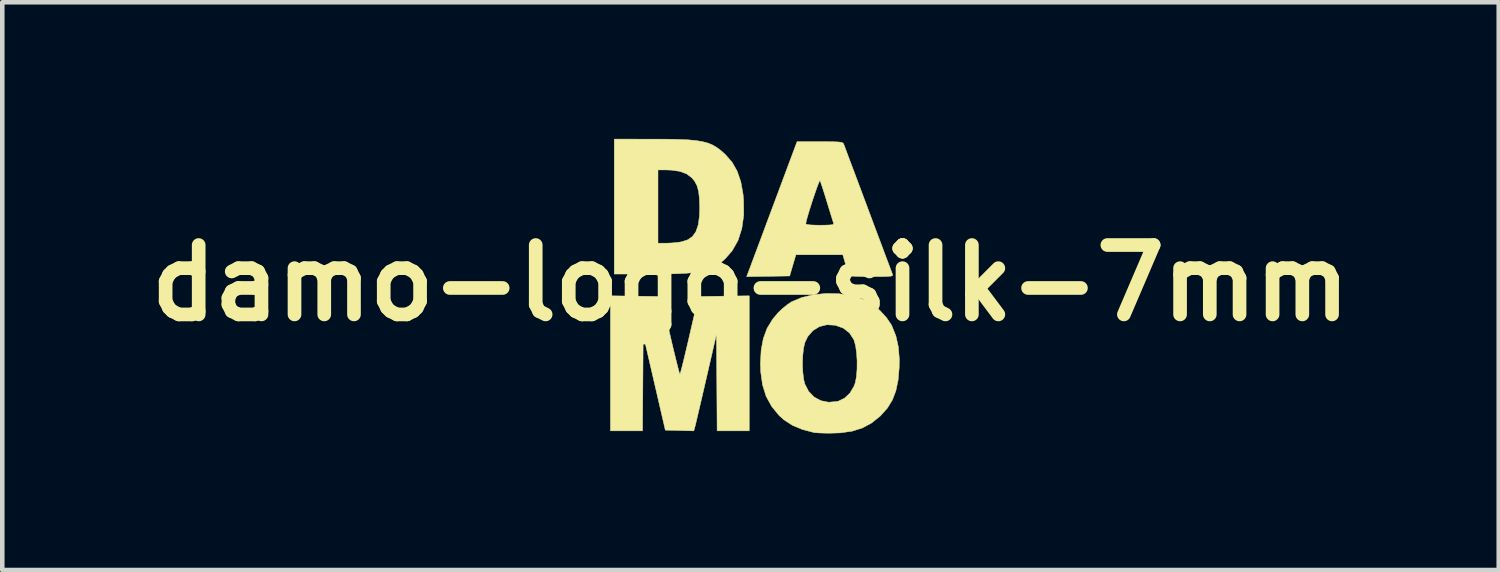
<source format=kicad_pcb>
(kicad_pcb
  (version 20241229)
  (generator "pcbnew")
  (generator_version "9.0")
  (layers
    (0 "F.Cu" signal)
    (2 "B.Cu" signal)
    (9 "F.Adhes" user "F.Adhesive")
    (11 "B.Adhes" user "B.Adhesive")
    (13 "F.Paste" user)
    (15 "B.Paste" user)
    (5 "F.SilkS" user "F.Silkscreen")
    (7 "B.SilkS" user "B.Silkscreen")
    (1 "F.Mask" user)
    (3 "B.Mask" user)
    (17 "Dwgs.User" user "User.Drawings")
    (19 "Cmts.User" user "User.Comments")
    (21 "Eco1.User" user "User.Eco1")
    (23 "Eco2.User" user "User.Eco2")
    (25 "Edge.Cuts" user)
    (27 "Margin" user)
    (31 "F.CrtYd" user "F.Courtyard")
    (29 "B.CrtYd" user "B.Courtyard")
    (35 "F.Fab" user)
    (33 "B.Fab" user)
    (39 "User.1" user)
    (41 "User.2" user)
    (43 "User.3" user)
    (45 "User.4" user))
  (footprint "damo-logo-silk-7mm"
    (layer "F.Cu")
    (at 13.433 3.166)
    (property "Reference" "damo-logo-silk-7mm" (at 0 0 0) (layer "F.SilkS") (effects (font (size 1.524 1.524) (thickness 0.3))))
    (attr through_hole)
    (fp_poly (pts (xy -0.028 3.246) (xy -0.733 3.246) (xy -0.74 2.186) (xy -0.748 1.126) (xy -0.971 2.094) (xy -1.024 2.324) (xy -1.074 2.539) (xy -1.119 2.733) (xy -1.158 2.899) (xy -1.189 3.03) (xy -1.21 3.119) (xy -1.22 3.155) (xy -1.245 3.247) (xy -1.558 3.239) (xy -1.871 3.231) (xy -2.114 2.181) (xy -2.357 1.13) (xy -2.364 2.188) (xy -2.371 3.246) (xy -3.076 3.246) (xy -3.076 0.281) (xy -1.963 0.296) (xy -1.765 1.15) (xy -1.716 1.361) (xy -1.67 1.552) (xy -1.629 1.718) (xy -1.595 1.852) (xy -1.57 1.948) (xy -1.554 1.998) (xy -1.551 2.004) (xy -1.541 1.977) (xy -1.52 1.902) (xy -1.49 1.786) (xy -1.453 1.634) (xy -1.41 1.453) (xy -1.362 1.251) (xy -1.339 1.15) (xy -1.142 0.296) (xy -0.028 0.281) (xy -0.028 3.246)) (stroke (width 0.01) (type solid)) (fill yes) (layer "F.SilkS"))
    (fp_poly (pts (xy -2.138 -3.16) (xy -1.835 -3.159) (xy -1.581 -3.154) (xy -1.371 -3.145) (xy -1.197 -3.129) (xy -1.054 -3.105) (xy -0.933 -3.073) (xy -0.83 -3.03) (xy -0.737 -2.975) (xy -0.647 -2.907) (xy -0.555 -2.824) (xy -0.55 -2.82) (xy -0.403 -2.651) (xy -0.292 -2.455) (xy -0.213 -2.224) (xy -0.164 -1.953) (xy -0.152 -1.819) (xy -0.149 -1.49) (xy -0.191 -1.195) (xy -0.275 -0.933) (xy -0.404 -0.707) (xy -0.55 -0.539) (xy -0.644 -0.455) (xy -0.738 -0.386) (xy -0.838 -0.331) (xy -0.95 -0.287) (xy -1.081 -0.254) (xy -1.237 -0.23) (xy -1.425 -0.214) (xy -1.652 -0.204) (xy -1.924 -0.199) (xy -2.166 -0.198) (xy -2.992 -0.198) (xy -2.992 -2.484) (xy -2.032 -2.484) (xy -2.032 -0.875) (xy -1.852 -0.875) (xy -1.725 -0.88) (xy -1.593 -0.893) (xy -1.522 -0.904) (xy -1.383 -0.947) (xy -1.276 -1.021) (xy -1.198 -1.13) (xy -1.147 -1.28) (xy -1.121 -1.474) (xy -1.116 -1.651) (xy -1.122 -1.854) (xy -1.14 -2.013) (xy -1.174 -2.136) (xy -1.226 -2.236) (xy -1.294 -2.316) (xy -1.406 -2.399) (xy -1.552 -2.453) (xy -1.738 -2.48) (xy -1.864 -2.484) (xy -2.032 -2.484) (xy -2.992 -2.484) (xy -2.992 -3.161) (xy -2.138 -3.16)) (stroke (width 0.01) (type solid)) (fill yes) (layer "F.SilkS"))
    (fp_poly (pts (xy 1.942 0.235) (xy 2.214 0.276) (xy 2.464 0.351) (xy 2.529 0.379) (xy 2.685 0.472) (xy 2.842 0.603) (xy 2.982 0.755) (xy 3.089 0.912) (xy 3.105 0.943) (xy 3.193 1.162) (xy 3.246 1.398) (xy 3.268 1.661) (xy 3.265 1.863) (xy 3.241 2.137) (xy 3.192 2.369) (xy 3.116 2.567) (xy 3.009 2.743) (xy 2.865 2.905) (xy 2.844 2.926) (xy 2.659 3.074) (xy 2.457 3.183) (xy 2.23 3.254) (xy 1.97 3.291) (xy 1.736 3.298) (xy 1.609 3.296) (xy 1.499 3.292) (xy 1.422 3.287) (xy 1.397 3.284) (xy 1.136 3.215) (xy 0.919 3.124) (xy 0.737 3.006) (xy 0.627 2.908) (xy 0.464 2.709) (xy 0.343 2.487) (xy 0.264 2.235) (xy 0.224 1.948) (xy 0.219 1.783) (xy 1.141 1.783) (xy 1.149 1.962) (xy 1.169 2.121) (xy 1.193 2.218) (xy 1.277 2.38) (xy 1.397 2.504) (xy 1.546 2.584) (xy 1.716 2.618) (xy 1.901 2.601) (xy 1.933 2.593) (xy 2.067 2.528) (xy 2.183 2.418) (xy 2.27 2.273) (xy 2.301 2.19) (xy 2.327 2.055) (xy 2.34 1.889) (xy 2.341 1.709) (xy 2.33 1.532) (xy 2.307 1.374) (xy 2.273 1.253) (xy 2.267 1.239) (xy 2.173 1.095) (xy 2.039 0.991) (xy 1.868 0.929) (xy 1.859 0.927) (xy 1.679 0.916) (xy 1.513 0.957) (xy 1.37 1.045) (xy 1.257 1.176) (xy 1.194 1.307) (xy 1.164 1.436) (xy 1.147 1.601) (xy 1.141 1.783) (xy 0.219 1.783) (xy 0.218 1.764) (xy 0.234 1.471) (xy 0.282 1.218) (xy 0.364 0.995) (xy 0.485 0.796) (xy 0.61 0.648) (xy 0.706 0.557) (xy 0.811 0.473) (xy 0.901 0.413) (xy 1.127 0.318) (xy 1.384 0.257) (xy 1.661 0.229) (xy 1.942 0.235)) (stroke (width 0.01) (type solid)) (fill yes) (layer "F.SilkS"))
    (fp_poly (pts (xy 1.705 -3.104) (xy 1.838 -3.102) (xy 1.929 -3.098) (xy 1.989 -3.091) (xy 2.023 -3.08) (xy 2.04 -3.065) (xy 2.045 -3.055) (xy 2.059 -3.02) (xy 2.09 -2.937) (xy 2.137 -2.811) (xy 2.198 -2.648) (xy 2.272 -2.452) (xy 2.355 -2.23) (xy 2.447 -1.985) (xy 2.545 -1.723) (xy 2.582 -1.623) (xy 2.682 -1.356) (xy 2.776 -1.104) (xy 2.863 -0.873) (xy 2.94 -0.667) (xy 3.006 -0.491) (xy 3.059 -0.351) (xy 3.096 -0.251) (xy 3.116 -0.198) (xy 3.119 -0.191) (xy 3.123 -0.173) (xy 3.112 -0.16) (xy 3.079 -0.151) (xy 3.017 -0.145) (xy 2.918 -0.142) (xy 2.776 -0.141) (xy 2.655 -0.141) (xy 2.466 -0.142) (xy 2.328 -0.146) (xy 2.234 -0.152) (xy 2.18 -0.162) (xy 2.16 -0.176) (xy 2.159 -0.176) (xy 2.146 -0.219) (xy 2.122 -0.3) (xy 2.091 -0.402) (xy 2.087 -0.416) (xy 2.027 -0.621) (xy 0.997 -0.621) (xy 0.928 -0.388) (xy 0.86 -0.155) (xy -0.085 -0.14) (xy -0.018 -0.317) (xy 0.005 -0.379) (xy 0.045 -0.487) (xy 0.101 -0.637) (xy 0.17 -0.821) (xy 0.25 -1.035) (xy 0.338 -1.271) (xy 0.348 -1.299) (xy 1.214 -1.299) (xy 1.241 -1.286) (xy 1.318 -1.276) (xy 1.439 -1.271) (xy 1.527 -1.27) (xy 1.67 -1.272) (xy 1.763 -1.277) (xy 1.813 -1.286) (xy 1.828 -1.301) (xy 1.827 -1.305) (xy 1.815 -1.343) (xy 1.789 -1.425) (xy 1.753 -1.541) (xy 1.71 -1.681) (xy 1.68 -1.778) (xy 1.634 -1.928) (xy 1.592 -2.061) (xy 1.557 -2.166) (xy 1.534 -2.233) (xy 1.526 -2.252) (xy 1.514 -2.236) (xy 1.488 -2.175) (xy 1.453 -2.081) (xy 1.412 -1.962) (xy 1.367 -1.83) (xy 1.323 -1.693) (xy 1.282 -1.562) (xy 1.248 -1.446) (xy 1.224 -1.357) (xy 1.214 -1.303) (xy 1.214 -1.299) (xy 0.348 -1.299) (xy 0.432 -1.524) (xy 0.531 -1.789) (xy 0.535 -1.799) (xy 1.022 -3.104) (xy 1.524 -3.104) (xy 1.705 -3.104)) (stroke (width 0.01) (type solid)) (fill yes) (layer "F.SilkS")))
  (gr_rect
    (start -3 -3)
    (end 29.866 9.469)
    (stroke (width 0.1) (type default))
    (fill no)
    (layer "Edge.Cuts")))
</source>
